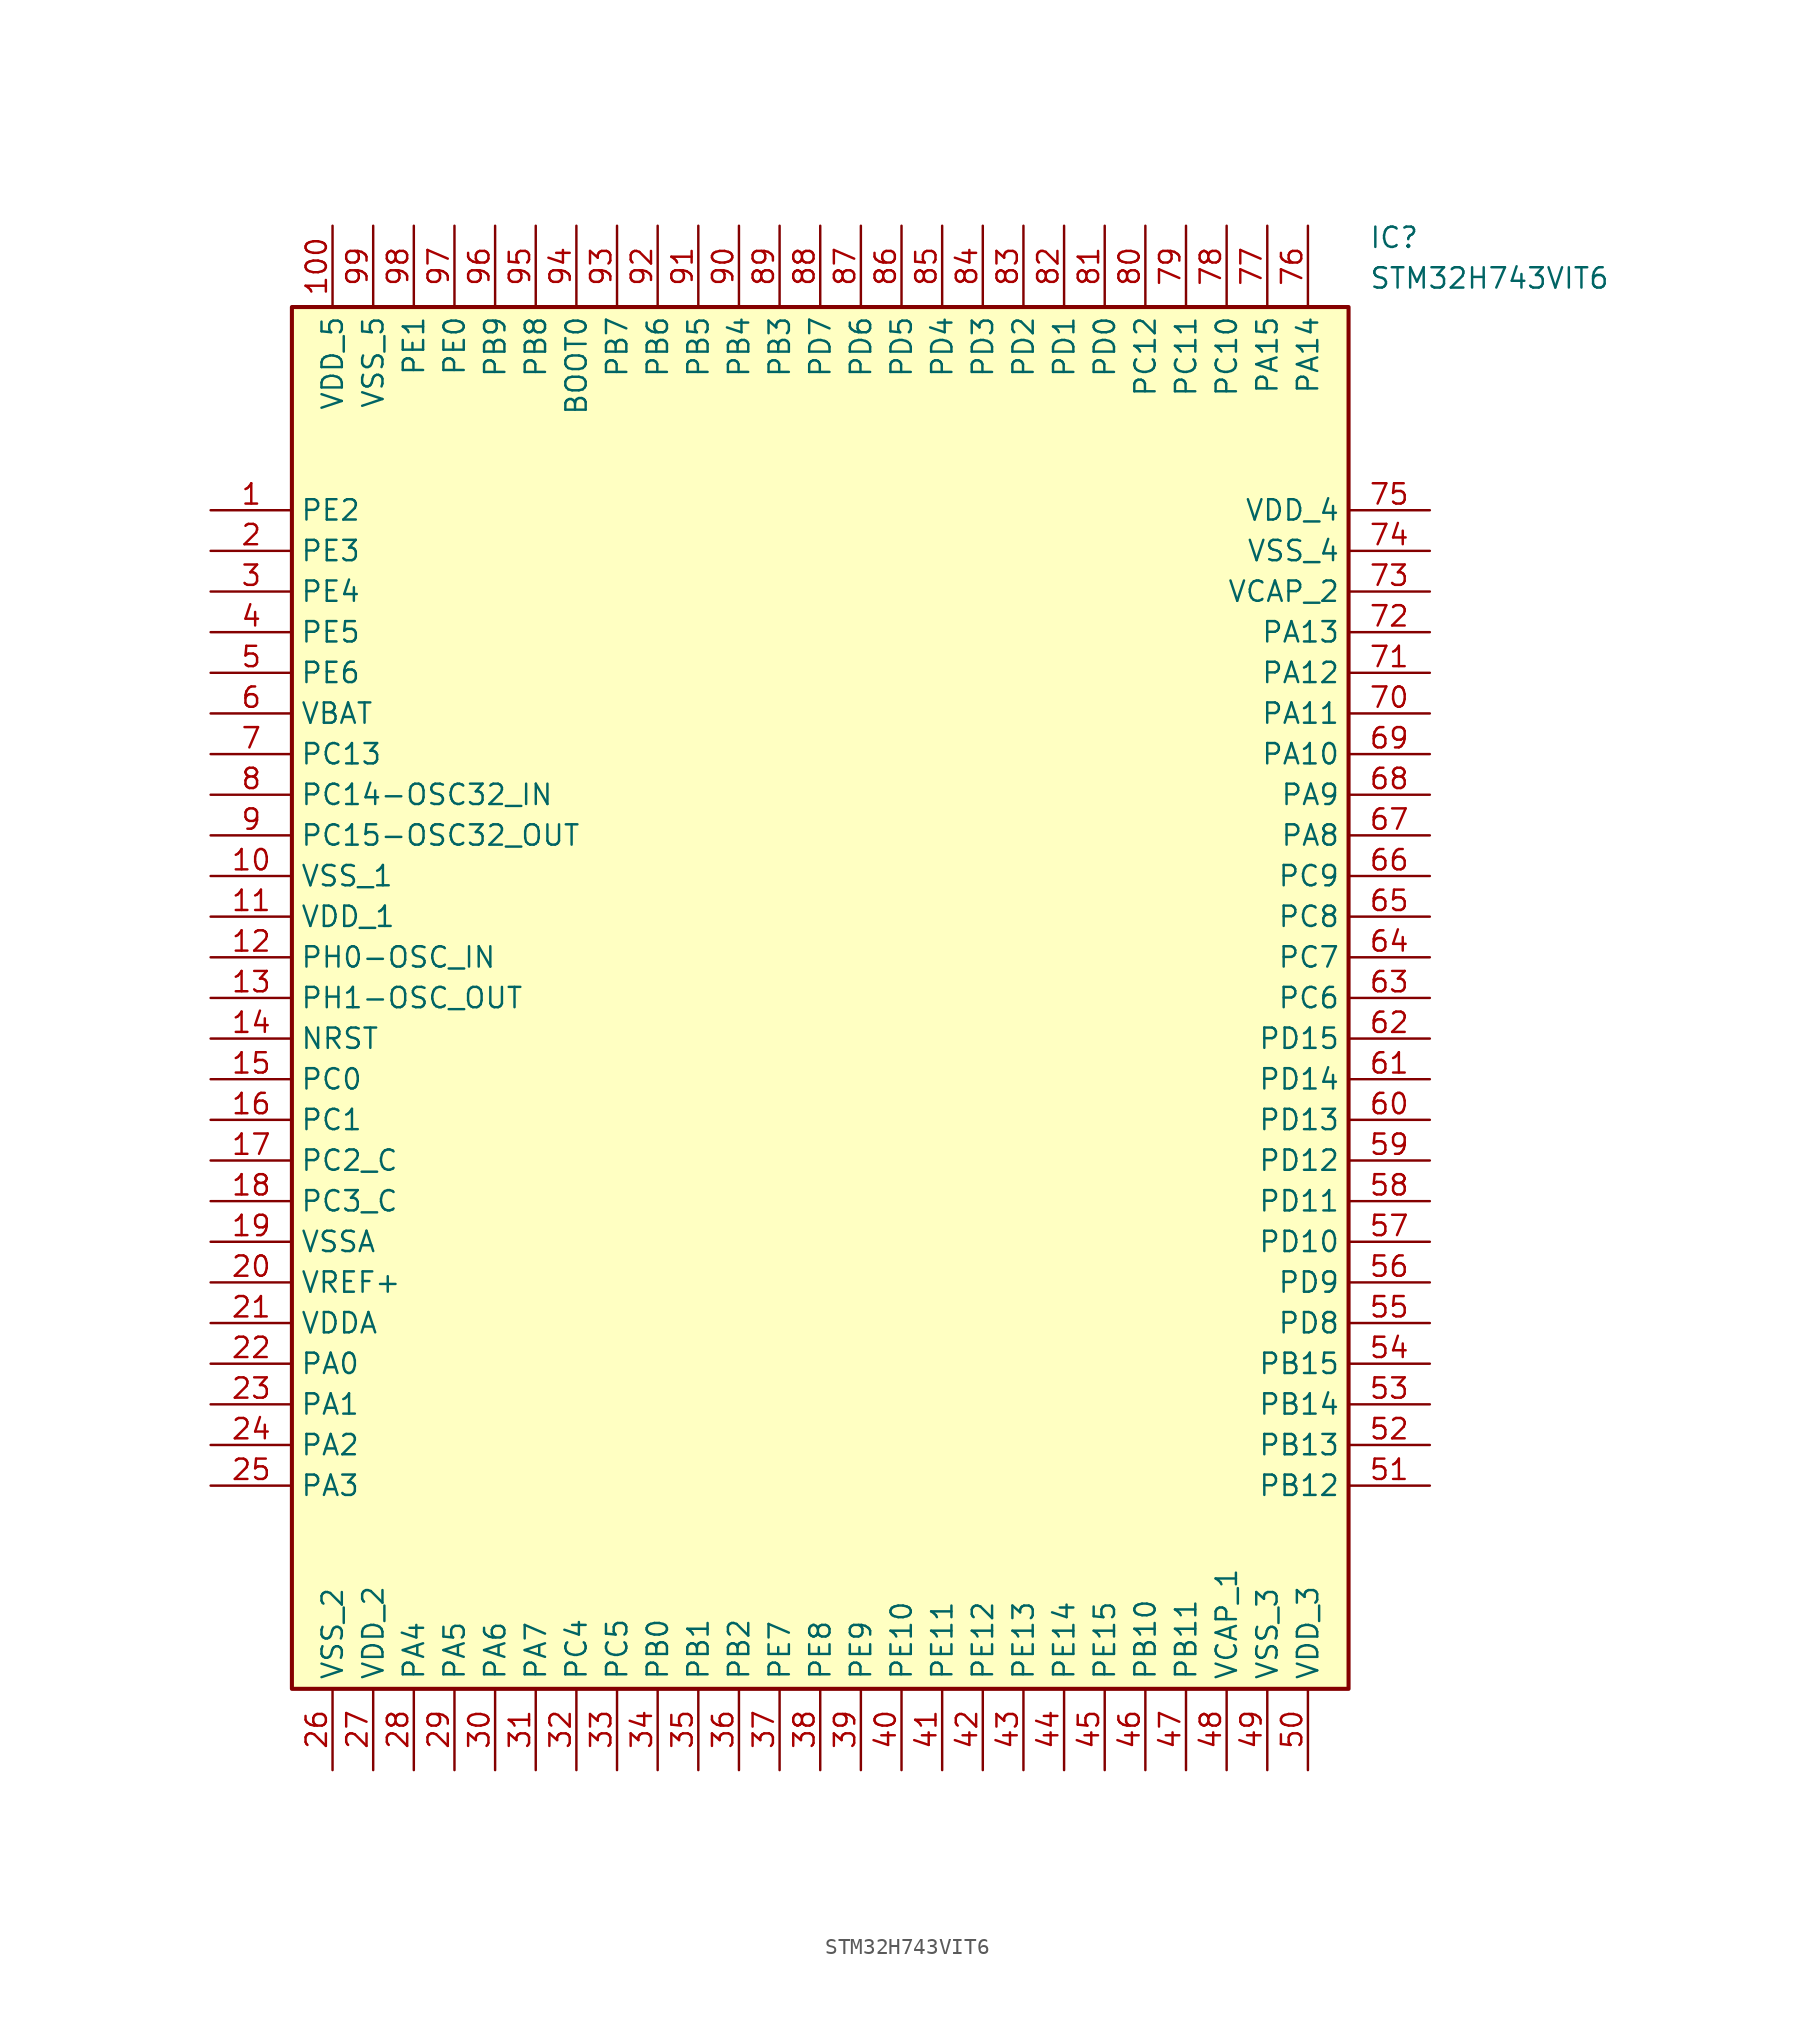
<source format=kicad_sym>
(kicad_symbol_lib
  (version 20211014)
  (generator SamacSys_ECAD_Model)
  (symbol "STM32H743VIT6"
    (property "Reference" "IC"
      (at 72.39 17.78 0)
      (effects (font (size 1.27 1.27)) (justify left top)))
    (property "Value" "STM32H743VIT6"
      (at 72.39 15.24 0)
      (effects (font (size 1.27 1.27)) (justify left top)))
    (rectangle
      (start 5.08 12.7)
      (end 71.12 -73.66)
      (stroke (width 0.254) (type default))
      (fill (type background)))
    (pin passive line
      (at 0 0 0)
      (length 5.08)
      (name "PE2" (effects (font (size 1.27 1.27))))
      (number "1" (effects (font (size 1.27 1.27)))))
    (pin passive line
      (at 0 -2.54 0)
      (length 5.08)
      (name "PE3" (effects (font (size 1.27 1.27))))
      (number "2" (effects (font (size 1.27 1.27)))))
    (pin passive line
      (at 0 -5.08 0)
      (length 5.08)
      (name "PE4" (effects (font (size 1.27 1.27))))
      (number "3" (effects (font (size 1.27 1.27)))))
    (pin passive line
      (at 0 -7.62 0)
      (length 5.08)
      (name "PE5" (effects (font (size 1.27 1.27))))
      (number "4" (effects (font (size 1.27 1.27)))))
    (pin passive line
      (at 0 -10.16 0)
      (length 5.08)
      (name "PE6" (effects (font (size 1.27 1.27))))
      (number "5" (effects (font (size 1.27 1.27)))))
    (pin passive line
      (at 0 -12.7 0)
      (length 5.08)
      (name "VBAT" (effects (font (size 1.27 1.27))))
      (number "6" (effects (font (size 1.27 1.27)))))
    (pin passive line
      (at 0 -15.24 0)
      (length 5.08)
      (name "PC13" (effects (font (size 1.27 1.27))))
      (number "7" (effects (font (size 1.27 1.27)))))
    (pin passive line
      (at 0 -17.78 0)
      (length 5.08)
      (name "PC14-OSC32_IN" (effects (font (size 1.27 1.27))))
      (number "8" (effects (font (size 1.27 1.27)))))
    (pin passive line
      (at 0 -20.32 0)
      (length 5.08)
      (name "PC15-OSC32_OUT" (effects (font (size 1.27 1.27))))
      (number "9" (effects (font (size 1.27 1.27)))))
    (pin passive line
      (at 0 -22.86 0)
      (length 5.08)
      (name "VSS_1" (effects (font (size 1.27 1.27))))
      (number "10" (effects (font (size 1.27 1.27)))))
    (pin passive line
      (at 0 -25.4 0)
      (length 5.08)
      (name "VDD_1" (effects (font (size 1.27 1.27))))
      (number "11" (effects (font (size 1.27 1.27)))))
    (pin passive line
      (at 0 -27.94 0)
      (length 5.08)
      (name "PH0-OSC_IN" (effects (font (size 1.27 1.27))))
      (number "12" (effects (font (size 1.27 1.27)))))
    (pin passive line
      (at 0 -30.48 0)
      (length 5.08)
      (name "PH1-OSC_OUT" (effects (font (size 1.27 1.27))))
      (number "13" (effects (font (size 1.27 1.27)))))
    (pin passive line
      (at 0 -33.02 0)
      (length 5.08)
      (name "NRST" (effects (font (size 1.27 1.27))))
      (number "14" (effects (font (size 1.27 1.27)))))
    (pin passive line
      (at 0 -35.56 0)
      (length 5.08)
      (name "PC0" (effects (font (size 1.27 1.27))))
      (number "15" (effects (font (size 1.27 1.27)))))
    (pin passive line
      (at 0 -38.1 0)
      (length 5.08)
      (name "PC1" (effects (font (size 1.27 1.27))))
      (number "16" (effects (font (size 1.27 1.27)))))
    (pin passive line
      (at 0 -40.64 0)
      (length 5.08)
      (name "PC2_C" (effects (font (size 1.27 1.27))))
      (number "17" (effects (font (size 1.27 1.27)))))
    (pin passive line
      (at 0 -43.18 0)
      (length 5.08)
      (name "PC3_C" (effects (font (size 1.27 1.27))))
      (number "18" (effects (font (size 1.27 1.27)))))
    (pin passive line
      (at 0 -45.72 0)
      (length 5.08)
      (name "VSSA" (effects (font (size 1.27 1.27))))
      (number "19" (effects (font (size 1.27 1.27)))))
    (pin passive line
      (at 0 -48.26 0)
      (length 5.08)
      (name "VREF+" (effects (font (size 1.27 1.27))))
      (number "20" (effects (font (size 1.27 1.27)))))
    (pin passive line
      (at 0 -50.8 0)
      (length 5.08)
      (name "VDDA" (effects (font (size 1.27 1.27))))
      (number "21" (effects (font (size 1.27 1.27)))))
    (pin passive line
      (at 0 -53.34 0)
      (length 5.08)
      (name "PA0" (effects (font (size 1.27 1.27))))
      (number "22" (effects (font (size 1.27 1.27)))))
    (pin passive line
      (at 0 -55.88 0)
      (length 5.08)
      (name "PA1" (effects (font (size 1.27 1.27))))
      (number "23" (effects (font (size 1.27 1.27)))))
    (pin passive line
      (at 0 -58.42 0)
      (length 5.08)
      (name "PA2" (effects (font (size 1.27 1.27))))
      (number "24" (effects (font (size 1.27 1.27)))))
    (pin passive line
      (at 0 -60.96 0)
      (length 5.08)
      (name "PA3" (effects (font (size 1.27 1.27))))
      (number "25" (effects (font (size 1.27 1.27)))))
    (pin passive line
      (at 7.62 -78.74 90)
      (length 5.08)
      (name "VSS_2" (effects (font (size 1.27 1.27))))
      (number "26" (effects (font (size 1.27 1.27)))))
    (pin passive line
      (at 10.16 -78.74 90)
      (length 5.08)
      (name "VDD_2" (effects (font (size 1.27 1.27))))
      (number "27" (effects (font (size 1.27 1.27)))))
    (pin passive line
      (at 12.7 -78.74 90)
      (length 5.08)
      (name "PA4" (effects (font (size 1.27 1.27))))
      (number "28" (effects (font (size 1.27 1.27)))))
    (pin passive line
      (at 15.24 -78.74 90)
      (length 5.08)
      (name "PA5" (effects (font (size 1.27 1.27))))
      (number "29" (effects (font (size 1.27 1.27)))))
    (pin passive line
      (at 17.78 -78.74 90)
      (length 5.08)
      (name "PA6" (effects (font (size 1.27 1.27))))
      (number "30" (effects (font (size 1.27 1.27)))))
    (pin passive line
      (at 20.32 -78.74 90)
      (length 5.08)
      (name "PA7" (effects (font (size 1.27 1.27))))
      (number "31" (effects (font (size 1.27 1.27)))))
    (pin passive line
      (at 22.86 -78.74 90)
      (length 5.08)
      (name "PC4" (effects (font (size 1.27 1.27))))
      (number "32" (effects (font (size 1.27 1.27)))))
    (pin passive line
      (at 25.4 -78.74 90)
      (length 5.08)
      (name "PC5" (effects (font (size 1.27 1.27))))
      (number "33" (effects (font (size 1.27 1.27)))))
    (pin passive line
      (at 27.94 -78.74 90)
      (length 5.08)
      (name "PB0" (effects (font (size 1.27 1.27))))
      (number "34" (effects (font (size 1.27 1.27)))))
    (pin passive line
      (at 30.48 -78.74 90)
      (length 5.08)
      (name "PB1" (effects (font (size 1.27 1.27))))
      (number "35" (effects (font (size 1.27 1.27)))))
    (pin passive line
      (at 33.02 -78.74 90)
      (length 5.08)
      (name "PB2" (effects (font (size 1.27 1.27))))
      (number "36" (effects (font (size 1.27 1.27)))))
    (pin passive line
      (at 35.56 -78.74 90)
      (length 5.08)
      (name "PE7" (effects (font (size 1.27 1.27))))
      (number "37" (effects (font (size 1.27 1.27)))))
    (pin passive line
      (at 38.1 -78.74 90)
      (length 5.08)
      (name "PE8" (effects (font (size 1.27 1.27))))
      (number "38" (effects (font (size 1.27 1.27)))))
    (pin passive line
      (at 40.64 -78.74 90)
      (length 5.08)
      (name "PE9" (effects (font (size 1.27 1.27))))
      (number "39" (effects (font (size 1.27 1.27)))))
    (pin passive line
      (at 43.18 -78.74 90)
      (length 5.08)
      (name "PE10" (effects (font (size 1.27 1.27))))
      (number "40" (effects (font (size 1.27 1.27)))))
    (pin passive line
      (at 45.72 -78.74 90)
      (length 5.08)
      (name "PE11" (effects (font (size 1.27 1.27))))
      (number "41" (effects (font (size 1.27 1.27)))))
    (pin passive line
      (at 48.26 -78.74 90)
      (length 5.08)
      (name "PE12" (effects (font (size 1.27 1.27))))
      (number "42" (effects (font (size 1.27 1.27)))))
    (pin passive line
      (at 50.8 -78.74 90)
      (length 5.08)
      (name "PE13" (effects (font (size 1.27 1.27))))
      (number "43" (effects (font (size 1.27 1.27)))))
    (pin passive line
      (at 53.34 -78.74 90)
      (length 5.08)
      (name "PE14" (effects (font (size 1.27 1.27))))
      (number "44" (effects (font (size 1.27 1.27)))))
    (pin passive line
      (at 55.88 -78.74 90)
      (length 5.08)
      (name "PE15" (effects (font (size 1.27 1.27))))
      (number "45" (effects (font (size 1.27 1.27)))))
    (pin passive line
      (at 58.42 -78.74 90)
      (length 5.08)
      (name "PB10" (effects (font (size 1.27 1.27))))
      (number "46" (effects (font (size 1.27 1.27)))))
    (pin passive line
      (at 60.96 -78.74 90)
      (length 5.08)
      (name "PB11" (effects (font (size 1.27 1.27))))
      (number "47" (effects (font (size 1.27 1.27)))))
    (pin passive line
      (at 63.5 -78.74 90)
      (length 5.08)
      (name "VCAP_1" (effects (font (size 1.27 1.27))))
      (number "48" (effects (font (size 1.27 1.27)))))
    (pin passive line
      (at 66.04 -78.74 90)
      (length 5.08)
      (name "VSS_3" (effects (font (size 1.27 1.27))))
      (number "49" (effects (font (size 1.27 1.27)))))
    (pin passive line
      (at 68.58 -78.74 90)
      (length 5.08)
      (name "VDD_3" (effects (font (size 1.27 1.27))))
      (number "50" (effects (font (size 1.27 1.27)))))
    (pin passive line
      (at 76.2 0 180)
      (length 5.08)
      (name "VDD_4" (effects (font (size 1.27 1.27))))
      (number "75" (effects (font (size 1.27 1.27)))))
    (pin passive line
      (at 76.2 -2.54 180)
      (length 5.08)
      (name "VSS_4" (effects (font (size 1.27 1.27))))
      (number "74" (effects (font (size 1.27 1.27)))))
    (pin passive line
      (at 76.2 -5.08 180)
      (length 5.08)
      (name "VCAP_2" (effects (font (size 1.27 1.27))))
      (number "73" (effects (font (size 1.27 1.27)))))
    (pin passive line
      (at 76.2 -7.62 180)
      (length 5.08)
      (name "PA13" (effects (font (size 1.27 1.27))))
      (number "72" (effects (font (size 1.27 1.27)))))
    (pin passive line
      (at 76.2 -10.16 180)
      (length 5.08)
      (name "PA12" (effects (font (size 1.27 1.27))))
      (number "71" (effects (font (size 1.27 1.27)))))
    (pin passive line
      (at 76.2 -12.7 180)
      (length 5.08)
      (name "PA11" (effects (font (size 1.27 1.27))))
      (number "70" (effects (font (size 1.27 1.27)))))
    (pin passive line
      (at 76.2 -15.24 180)
      (length 5.08)
      (name "PA10" (effects (font (size 1.27 1.27))))
      (number "69" (effects (font (size 1.27 1.27)))))
    (pin passive line
      (at 76.2 -17.78 180)
      (length 5.08)
      (name "PA9" (effects (font (size 1.27 1.27))))
      (number "68" (effects (font (size 1.27 1.27)))))
    (pin passive line
      (at 76.2 -20.32 180)
      (length 5.08)
      (name "PA8" (effects (font (size 1.27 1.27))))
      (number "67" (effects (font (size 1.27 1.27)))))
    (pin passive line
      (at 76.2 -22.86 180)
      (length 5.08)
      (name "PC9" (effects (font (size 1.27 1.27))))
      (number "66" (effects (font (size 1.27 1.27)))))
    (pin passive line
      (at 76.2 -25.4 180)
      (length 5.08)
      (name "PC8" (effects (font (size 1.27 1.27))))
      (number "65" (effects (font (size 1.27 1.27)))))
    (pin passive line
      (at 76.2 -27.94 180)
      (length 5.08)
      (name "PC7" (effects (font (size 1.27 1.27))))
      (number "64" (effects (font (size 1.27 1.27)))))
    (pin passive line
      (at 76.2 -30.48 180)
      (length 5.08)
      (name "PC6" (effects (font (size 1.27 1.27))))
      (number "63" (effects (font (size 1.27 1.27)))))
    (pin passive line
      (at 76.2 -33.02 180)
      (length 5.08)
      (name "PD15" (effects (font (size 1.27 1.27))))
      (number "62" (effects (font (size 1.27 1.27)))))
    (pin passive line
      (at 76.2 -35.56 180)
      (length 5.08)
      (name "PD14" (effects (font (size 1.27 1.27))))
      (number "61" (effects (font (size 1.27 1.27)))))
    (pin passive line
      (at 76.2 -38.1 180)
      (length 5.08)
      (name "PD13" (effects (font (size 1.27 1.27))))
      (number "60" (effects (font (size 1.27 1.27)))))
    (pin passive line
      (at 76.2 -40.64 180)
      (length 5.08)
      (name "PD12" (effects (font (size 1.27 1.27))))
      (number "59" (effects (font (size 1.27 1.27)))))
    (pin passive line
      (at 76.2 -43.18 180)
      (length 5.08)
      (name "PD11" (effects (font (size 1.27 1.27))))
      (number "58" (effects (font (size 1.27 1.27)))))
    (pin passive line
      (at 76.2 -45.72 180)
      (length 5.08)
      (name "PD10" (effects (font (size 1.27 1.27))))
      (number "57" (effects (font (size 1.27 1.27)))))
    (pin passive line
      (at 76.2 -48.26 180)
      (length 5.08)
      (name "PD9" (effects (font (size 1.27 1.27))))
      (number "56" (effects (font (size 1.27 1.27)))))
    (pin passive line
      (at 76.2 -50.8 180)
      (length 5.08)
      (name "PD8" (effects (font (size 1.27 1.27))))
      (number "55" (effects (font (size 1.27 1.27)))))
    (pin passive line
      (at 76.2 -53.34 180)
      (length 5.08)
      (name "PB15" (effects (font (size 1.27 1.27))))
      (number "54" (effects (font (size 1.27 1.27)))))
    (pin passive line
      (at 76.2 -55.88 180)
      (length 5.08)
      (name "PB14" (effects (font (size 1.27 1.27))))
      (number "53" (effects (font (size 1.27 1.27)))))
    (pin passive line
      (at 76.2 -58.42 180)
      (length 5.08)
      (name "PB13" (effects (font (size 1.27 1.27))))
      (number "52" (effects (font (size 1.27 1.27)))))
    (pin passive line
      (at 76.2 -60.96 180)
      (length 5.08)
      (name "PB12" (effects (font (size 1.27 1.27))))
      (number "51" (effects (font (size 1.27 1.27)))))
    (pin passive line
      (at 7.62 17.78 270)
      (length 5.08)
      (name "VDD_5" (effects (font (size 1.27 1.27))))
      (number "100" (effects (font (size 1.27 1.27)))))
    (pin passive line
      (at 10.16 17.78 270)
      (length 5.08)
      (name "VSS_5" (effects (font (size 1.27 1.27))))
      (number "99" (effects (font (size 1.27 1.27)))))
    (pin passive line
      (at 12.7 17.78 270)
      (length 5.08)
      (name "PE1" (effects (font (size 1.27 1.27))))
      (number "98" (effects (font (size 1.27 1.27)))))
    (pin passive line
      (at 15.24 17.78 270)
      (length 5.08)
      (name "PE0" (effects (font (size 1.27 1.27))))
      (number "97" (effects (font (size 1.27 1.27)))))
    (pin passive line
      (at 17.78 17.78 270)
      (length 5.08)
      (name "PB9" (effects (font (size 1.27 1.27))))
      (number "96" (effects (font (size 1.27 1.27)))))
    (pin passive line
      (at 20.32 17.78 270)
      (length 5.08)
      (name "PB8" (effects (font (size 1.27 1.27))))
      (number "95" (effects (font (size 1.27 1.27)))))
    (pin passive line
      (at 22.86 17.78 270)
      (length 5.08)
      (name "BOOT0" (effects (font (size 1.27 1.27))))
      (number "94" (effects (font (size 1.27 1.27)))))
    (pin passive line
      (at 25.4 17.78 270)
      (length 5.08)
      (name "PB7" (effects (font (size 1.27 1.27))))
      (number "93" (effects (font (size 1.27 1.27)))))
    (pin passive line
      (at 27.94 17.78 270)
      (length 5.08)
      (name "PB6" (effects (font (size 1.27 1.27))))
      (number "92" (effects (font (size 1.27 1.27)))))
    (pin passive line
      (at 30.48 17.78 270)
      (length 5.08)
      (name "PB5" (effects (font (size 1.27 1.27))))
      (number "91" (effects (font (size 1.27 1.27)))))
    (pin passive line
      (at 33.02 17.78 270)
      (length 5.08)
      (name "PB4" (effects (font (size 1.27 1.27))))
      (number "90" (effects (font (size 1.27 1.27)))))
    (pin passive line
      (at 35.56 17.78 270)
      (length 5.08)
      (name "PB3" (effects (font (size 1.27 1.27))))
      (number "89" (effects (font (size 1.27 1.27)))))
    (pin passive line
      (at 38.1 17.78 270)
      (length 5.08)
      (name "PD7" (effects (font (size 1.27 1.27))))
      (number "88" (effects (font (size 1.27 1.27)))))
    (pin passive line
      (at 40.64 17.78 270)
      (length 5.08)
      (name "PD6" (effects (font (size 1.27 1.27))))
      (number "87" (effects (font (size 1.27 1.27)))))
    (pin passive line
      (at 43.18 17.78 270)
      (length 5.08)
      (name "PD5" (effects (font (size 1.27 1.27))))
      (number "86" (effects (font (size 1.27 1.27)))))
    (pin passive line
      (at 45.72 17.78 270)
      (length 5.08)
      (name "PD4" (effects (font (size 1.27 1.27))))
      (number "85" (effects (font (size 1.27 1.27)))))
    (pin passive line
      (at 48.26 17.78 270)
      (length 5.08)
      (name "PD3" (effects (font (size 1.27 1.27))))
      (number "84" (effects (font (size 1.27 1.27)))))
    (pin passive line
      (at 50.8 17.78 270)
      (length 5.08)
      (name "PD2" (effects (font (size 1.27 1.27))))
      (number "83" (effects (font (size 1.27 1.27)))))
    (pin passive line
      (at 53.34 17.78 270)
      (length 5.08)
      (name "PD1" (effects (font (size 1.27 1.27))))
      (number "82" (effects (font (size 1.27 1.27)))))
    (pin passive line
      (at 55.88 17.78 270)
      (length 5.08)
      (name "PD0" (effects (font (size 1.27 1.27))))
      (number "81" (effects (font (size 1.27 1.27)))))
    (pin passive line
      (at 58.42 17.78 270)
      (length 5.08)
      (name "PC12" (effects (font (size 1.27 1.27))))
      (number "80" (effects (font (size 1.27 1.27)))))
    (pin passive line
      (at 60.96 17.78 270)
      (length 5.08)
      (name "PC11" (effects (font (size 1.27 1.27))))
      (number "79" (effects (font (size 1.27 1.27)))))
    (pin passive line
      (at 63.5 17.78 270)
      (length 5.08)
      (name "PC10" (effects (font (size 1.27 1.27))))
      (number "78" (effects (font (size 1.27 1.27)))))
    (pin passive line
      (at 66.04 17.78 270)
      (length 5.08)
      (name "PA15" (effects (font (size 1.27 1.27))))
      (number "77" (effects (font (size 1.27 1.27)))))
    (pin passive line
      (at 68.58 17.78 270)
      (length 5.08)
      (name "PA14" (effects (font (size 1.27 1.27))))
      (number "76" (effects (font (size 1.27 1.27)))))))
</source>
